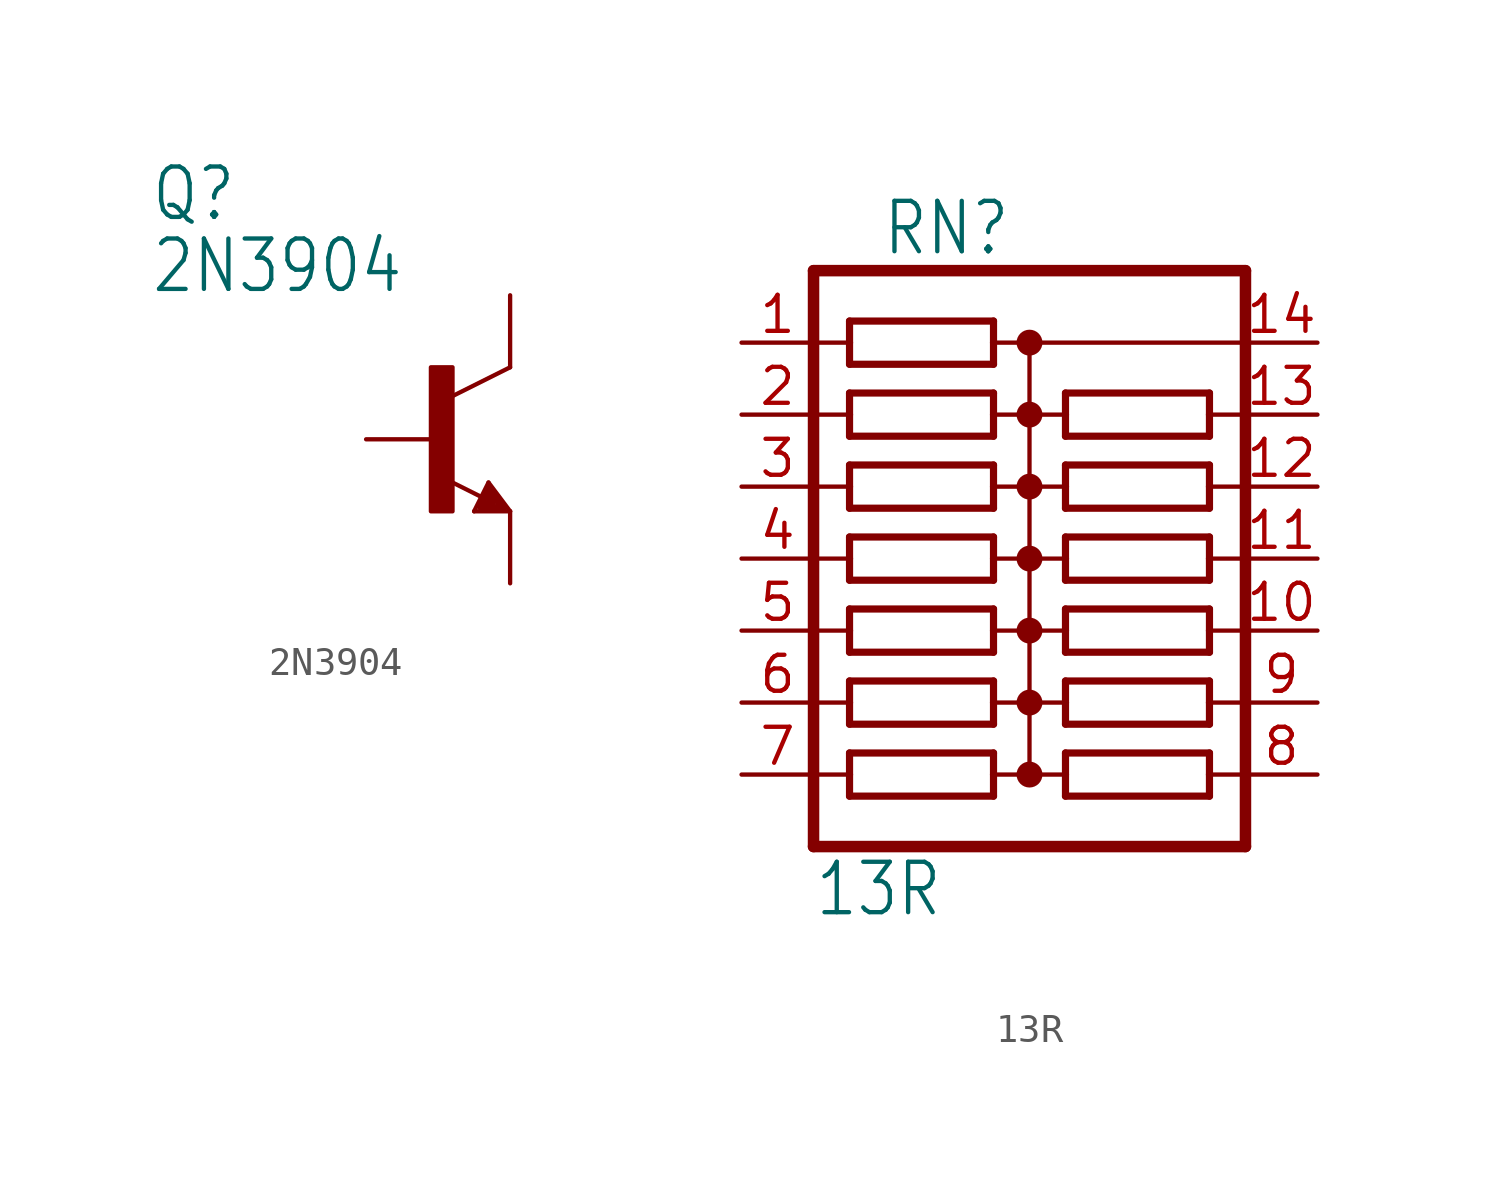
<source format=kicad_sym>
(kicad_symbol_lib
  (version 20211014)
  (generator kicad_symbol_editor)
  (symbol "2N3904"
    (property "Reference" "Q"
      (at -10.16 7.62 0)
      (effects (font (size 1.778 1.511)) (justify left bottom)))
    (property "Value" "2N3904"
      (at -10.16 5.08 0)
      (effects (font (size 1.778 1.511)) (justify left bottom)))
    (property "ki_locked" ""
      (at 0 0 0)
      (effects (font (size 1.27 1.27))))
    (symbol "2N3904_1_0"
      (rectangle (start -0.254 -2.54) (end 0.508 2.54) (stroke (width 0) (type default) (color 0 0 0 0)) (fill (type outline)))
      (polyline (pts (xy 1.27 -2.54) (xy 1.778 -1.524)) (stroke (width 0.152) (type default) (color 0 0 0 0)) (fill (type none)))
      (polyline (pts (xy 1.524 -2.413) (xy 2.286 -2.413)) (stroke (width 0.254) (type default) (color 0 0 0 0)) (fill (type none)))
      (polyline (pts (xy 1.524 -2.286) (xy 1.905 -2.286)) (stroke (width 0.254) (type default) (color 0 0 0 0)) (fill (type none)))
      (polyline (pts (xy 1.54 -2.04) (xy 0.308 -1.424)) (stroke (width 0.152) (type default) (color 0 0 0 0)) (fill (type none)))
      (polyline (pts (xy 1.778 -1.778) (xy 1.524 -2.286)) (stroke (width 0.254) (type default) (color 0 0 0 0)) (fill (type none)))
      (polyline (pts (xy 1.778 -1.524) (xy 2.54 -2.54)) (stroke (width 0.152) (type default) (color 0 0 0 0)) (fill (type none)))
      (polyline (pts (xy 1.905 -2.286) (xy 1.778 -2.032)) (stroke (width 0.254) (type default) (color 0 0 0 0)) (fill (type none)))
      (polyline (pts (xy 2.286 -2.413) (xy 1.778 -1.778)) (stroke (width 0.254) (type default) (color 0 0 0 0)) (fill (type none)))
      (polyline (pts (xy 2.54 -2.54) (xy 1.27 -2.54)) (stroke (width 0.152) (type default) (color 0 0 0 0)) (fill (type none)))
      (polyline (pts (xy 2.54 2.54) (xy 0.508 1.524)) (stroke (width 0.152) (type default) (color 0 0 0 0)) (fill (type none)))
      (pin passive line (at 2.54 5.08 270) (length 2.54) (name "C" (effects (font (size 0 0)))) (number "1" (effects (font (size 0 0)))))
      (pin passive line (at -2.54 0 0) (length 2.54) (name "B" (effects (font (size 0 0)))) (number "2" (effects (font (size 0 0)))))
      (pin passive line (at 2.54 -5.08 90) (length 2.54) (name "E" (effects (font (size 0 0)))) (number "3" (effects (font (size 0 0)))))))
  (symbol "13R"
    (property "Reference" "RN"
      (at -0.635 12.7 0)
      (effects (font (size 1.778 1.511)) (justify right top)))
    (property "Value" "13R"
      (at -7.62 -12.7 0)
      (effects (font (size 1.778 1.511)) (justify left bottom)))
    (property "ki_locked" ""
      (at 0 0 0)
      (effects (font (size 1.27 1.27))))
    (symbol "13R_1_0"
      (circle (center 0 -7.62) (radius 0.254) (stroke (width 0.406) (type default) (color 0 0 0 0)) (fill (type none)))
      (circle (center 0 -5.08) (radius 0.254) (stroke (width 0.406) (type default) (color 0 0 0 0)) (fill (type none)))
      (circle (center 0 -2.54) (radius 0.254) (stroke (width 0.406) (type default) (color 0 0 0 0)) (fill (type none)))
      (polyline (pts (xy -7.62 -7.62) (xy -6.35 -7.62)) (stroke (width 0.152) (type default) (color 0 0 0 0)) (fill (type none)))
      (polyline (pts (xy -7.62 -2.54) (xy -6.35 -2.54)) (stroke (width 0.152) (type default) (color 0 0 0 0)) (fill (type none)))
      (polyline (pts (xy -7.62 0) (xy -6.35 0)) (stroke (width 0.152) (type default) (color 0 0 0 0)) (fill (type none)))
      (polyline (pts (xy -7.62 2.54) (xy -6.35 2.54)) (stroke (width 0.152) (type default) (color 0 0 0 0)) (fill (type none)))
      (polyline (pts (xy -7.62 5.08) (xy -6.35 5.08)) (stroke (width 0.152) (type default) (color 0 0 0 0)) (fill (type none)))
      (polyline (pts (xy -7.62 10.16) (xy -7.62 -10.16)) (stroke (width 0.406) (type default) (color 0 0 0 0)) (fill (type none)))
      (polyline (pts (xy -6.35 -8.382) (xy -1.27 -8.382)) (stroke (width 0.254) (type default) (color 0 0 0 0)) (fill (type none)))
      (polyline (pts (xy -6.35 -7.62) (xy -6.35 -8.382)) (stroke (width 0.254) (type default) (color 0 0 0 0)) (fill (type none)))
      (polyline (pts (xy -6.35 -6.858) (xy -6.35 -7.62)) (stroke (width 0.254) (type default) (color 0 0 0 0)) (fill (type none)))
      (polyline (pts (xy -6.35 -5.842) (xy -1.27 -5.842)) (stroke (width 0.254) (type default) (color 0 0 0 0)) (fill (type none)))
      (polyline (pts (xy -6.35 -5.08) (xy -7.62 -5.08)) (stroke (width 0.152) (type default) (color 0 0 0 0)) (fill (type none)))
      (polyline (pts (xy -6.35 -5.08) (xy -6.35 -5.842)) (stroke (width 0.254) (type default) (color 0 0 0 0)) (fill (type none)))
      (polyline (pts (xy -6.35 -4.318) (xy -6.35 -5.08)) (stroke (width 0.254) (type default) (color 0 0 0 0)) (fill (type none)))
      (polyline (pts (xy -6.35 -3.302) (xy -1.27 -3.302)) (stroke (width 0.254) (type default) (color 0 0 0 0)) (fill (type none)))
      (polyline (pts (xy -6.35 -2.54) (xy -6.35 -3.302)) (stroke (width 0.254) (type default) (color 0 0 0 0)) (fill (type none)))
      (polyline (pts (xy -6.35 -1.778) (xy -6.35 -2.54)) (stroke (width 0.254) (type default) (color 0 0 0 0)) (fill (type none)))
      (polyline (pts (xy -6.35 -0.762) (xy -1.27 -0.762)) (stroke (width 0.254) (type default) (color 0 0 0 0)) (fill (type none)))
      (polyline (pts (xy -6.35 0) (xy -6.35 -0.762)) (stroke (width 0.254) (type default) (color 0 0 0 0)) (fill (type none)))
      (polyline (pts (xy -6.35 0.762) (xy -6.35 0)) (stroke (width 0.254) (type default) (color 0 0 0 0)) (fill (type none)))
      (polyline (pts (xy -6.35 1.778) (xy -1.27 1.778)) (stroke (width 0.254) (type default) (color 0 0 0 0)) (fill (type none)))
      (polyline (pts (xy -6.35 2.54) (xy -6.35 1.778)) (stroke (width 0.254) (type default) (color 0 0 0 0)) (fill (type none)))
      (polyline (pts (xy -6.35 3.302) (xy -6.35 2.54)) (stroke (width 0.254) (type default) (color 0 0 0 0)) (fill (type none)))
      (polyline (pts (xy -6.35 4.318) (xy -1.27 4.318)) (stroke (width 0.254) (type default) (color 0 0 0 0)) (fill (type none)))
      (polyline (pts (xy -6.35 5.08) (xy -6.35 4.318)) (stroke (width 0.254) (type default) (color 0 0 0 0)) (fill (type none)))
      (polyline (pts (xy -6.35 5.842) (xy -6.35 5.08)) (stroke (width 0.254) (type default) (color 0 0 0 0)) (fill (type none)))
      (polyline (pts (xy -6.35 6.858) (xy -1.27 6.858)) (stroke (width 0.254) (type default) (color 0 0 0 0)) (fill (type none)))
      (polyline (pts (xy -6.35 7.62) (xy -7.62 7.62)) (stroke (width 0.152) (type default) (color 0 0 0 0)) (fill (type none)))
      (polyline (pts (xy -6.35 7.62) (xy -6.35 6.858)) (stroke (width 0.254) (type default) (color 0 0 0 0)) (fill (type none)))
      (polyline (pts (xy -6.35 8.382) (xy -6.35 7.62)) (stroke (width 0.254) (type default) (color 0 0 0 0)) (fill (type none)))
      (polyline (pts (xy -1.27 -8.382) (xy -1.27 -7.62)) (stroke (width 0.254) (type default) (color 0 0 0 0)) (fill (type none)))
      (polyline (pts (xy -1.27 -7.62) (xy -1.27 -6.858)) (stroke (width 0.254) (type default) (color 0 0 0 0)) (fill (type none)))
      (polyline (pts (xy -1.27 -6.858) (xy -6.35 -6.858)) (stroke (width 0.254) (type default) (color 0 0 0 0)) (fill (type none)))
      (polyline (pts (xy -1.27 -5.842) (xy -1.27 -5.08)) (stroke (width 0.254) (type default) (color 0 0 0 0)) (fill (type none)))
      (polyline (pts (xy -1.27 -5.08) (xy -1.27 -4.318)) (stroke (width 0.254) (type default) (color 0 0 0 0)) (fill (type none)))
      (polyline (pts (xy -1.27 -4.318) (xy -6.35 -4.318)) (stroke (width 0.254) (type default) (color 0 0 0 0)) (fill (type none)))
      (polyline (pts (xy -1.27 -3.302) (xy -1.27 -2.54)) (stroke (width 0.254) (type default) (color 0 0 0 0)) (fill (type none)))
      (polyline (pts (xy -1.27 -2.54) (xy -1.27 -1.778)) (stroke (width 0.254) (type default) (color 0 0 0 0)) (fill (type none)))
      (polyline (pts (xy -1.27 -1.778) (xy -6.35 -1.778)) (stroke (width 0.254) (type default) (color 0 0 0 0)) (fill (type none)))
      (polyline (pts (xy -1.27 -0.762) (xy -1.27 0)) (stroke (width 0.254) (type default) (color 0 0 0 0)) (fill (type none)))
      (polyline (pts (xy -1.27 0) (xy -1.27 0.762)) (stroke (width 0.254) (type default) (color 0 0 0 0)) (fill (type none)))
      (polyline (pts (xy -1.27 0.762) (xy -6.35 0.762)) (stroke (width 0.254) (type default) (color 0 0 0 0)) (fill (type none)))
      (polyline (pts (xy -1.27 1.778) (xy -1.27 2.54)) (stroke (width 0.254) (type default) (color 0 0 0 0)) (fill (type none)))
      (polyline (pts (xy -1.27 2.54) (xy -1.27 3.302)) (stroke (width 0.254) (type default) (color 0 0 0 0)) (fill (type none)))
      (polyline (pts (xy -1.27 3.302) (xy -6.35 3.302)) (stroke (width 0.254) (type default) (color 0 0 0 0)) (fill (type none)))
      (polyline (pts (xy -1.27 4.318) (xy -1.27 5.08)) (stroke (width 0.254) (type default) (color 0 0 0 0)) (fill (type none)))
      (polyline (pts (xy -1.27 5.08) (xy -1.27 5.842)) (stroke (width 0.254) (type default) (color 0 0 0 0)) (fill (type none)))
      (polyline (pts (xy -1.27 5.842) (xy -6.35 5.842)) (stroke (width 0.254) (type default) (color 0 0 0 0)) (fill (type none)))
      (polyline (pts (xy -1.27 6.858) (xy -1.27 7.62)) (stroke (width 0.254) (type default) (color 0 0 0 0)) (fill (type none)))
      (polyline (pts (xy -1.27 7.62) (xy -1.27 8.382)) (stroke (width 0.254) (type default) (color 0 0 0 0)) (fill (type none)))
      (polyline (pts (xy -1.27 8.382) (xy -6.35 8.382)) (stroke (width 0.254) (type default) (color 0 0 0 0)) (fill (type none)))
      (polyline (pts (xy 0 -7.62) (xy -1.27 -7.62)) (stroke (width 0.152) (type default) (color 0 0 0 0)) (fill (type none)))
      (polyline (pts (xy 0 -7.62) (xy 1.27 -7.62)) (stroke (width 0.152) (type default) (color 0 0 0 0)) (fill (type none)))
      (polyline (pts (xy 0 -5.08) (xy -1.27 -5.08)) (stroke (width 0.152) (type default) (color 0 0 0 0)) (fill (type none)))
      (polyline (pts (xy 0 -5.08) (xy 0 -7.62)) (stroke (width 0.152) (type default) (color 0 0 0 0)) (fill (type none)))
      (polyline (pts (xy 0 -5.08) (xy 1.27 -5.08)) (stroke (width 0.152) (type default) (color 0 0 0 0)) (fill (type none)))
      (polyline (pts (xy 0 -2.54) (xy -1.27 -2.54)) (stroke (width 0.152) (type default) (color 0 0 0 0)) (fill (type none)))
      (polyline (pts (xy 0 -2.54) (xy 0 -5.08)) (stroke (width 0.152) (type default) (color 0 0 0 0)) (fill (type none)))
      (polyline (pts (xy 0 -2.54) (xy 1.27 -2.54)) (stroke (width 0.152) (type default) (color 0 0 0 0)) (fill (type none)))
      (polyline (pts (xy 0 0) (xy -1.27 0)) (stroke (width 0.152) (type default) (color 0 0 0 0)) (fill (type none)))
      (polyline (pts (xy 0 0) (xy 0 -2.54)) (stroke (width 0.152) (type default) (color 0 0 0 0)) (fill (type none)))
      (polyline (pts (xy 0 0) (xy 1.27 0)) (stroke (width 0.152) (type default) (color 0 0 0 0)) (fill (type none)))
      (polyline (pts (xy 0 2.54) (xy -1.27 2.54)) (stroke (width 0.152) (type default) (color 0 0 0 0)) (fill (type none)))
      (polyline (pts (xy 0 2.54) (xy 0 0)) (stroke (width 0.152) (type default) (color 0 0 0 0)) (fill (type none)))
      (polyline (pts (xy 0 2.54) (xy 1.27 2.54)) (stroke (width 0.152) (type default) (color 0 0 0 0)) (fill (type none)))
      (polyline (pts (xy 0 5.08) (xy -1.27 5.08)) (stroke (width 0.152) (type default) (color 0 0 0 0)) (fill (type none)))
      (polyline (pts (xy 0 5.08) (xy 0 2.54)) (stroke (width 0.152) (type default) (color 0 0 0 0)) (fill (type none)))
      (polyline (pts (xy 0 5.08) (xy 1.27 5.08)) (stroke (width 0.152) (type default) (color 0 0 0 0)) (fill (type none)))
      (polyline (pts (xy 0 7.62) (xy -1.27 7.62)) (stroke (width 0.152) (type default) (color 0 0 0 0)) (fill (type none)))
      (polyline (pts (xy 0 7.62) (xy 0 5.08)) (stroke (width 0.152) (type default) (color 0 0 0 0)) (fill (type none)))
      (polyline (pts (xy 0 7.62) (xy 7.62 7.62)) (stroke (width 0.152) (type default) (color 0 0 0 0)) (fill (type none)))
      (polyline (pts (xy 1.27 -8.382) (xy 6.35 -8.382)) (stroke (width 0.254) (type default) (color 0 0 0 0)) (fill (type none)))
      (polyline (pts (xy 1.27 -7.62) (xy 1.27 -8.382)) (stroke (width 0.254) (type default) (color 0 0 0 0)) (fill (type none)))
      (polyline (pts (xy 1.27 -6.858) (xy 1.27 -7.62)) (stroke (width 0.254) (type default) (color 0 0 0 0)) (fill (type none)))
      (polyline (pts (xy 1.27 -5.842) (xy 6.35 -5.842)) (stroke (width 0.254) (type default) (color 0 0 0 0)) (fill (type none)))
      (polyline (pts (xy 1.27 -5.08) (xy 1.27 -5.842)) (stroke (width 0.254) (type default) (color 0 0 0 0)) (fill (type none)))
      (polyline (pts (xy 1.27 -4.318) (xy 1.27 -5.08)) (stroke (width 0.254) (type default) (color 0 0 0 0)) (fill (type none)))
      (polyline (pts (xy 1.27 -3.302) (xy 6.35 -3.302)) (stroke (width 0.254) (type default) (color 0 0 0 0)) (fill (type none)))
      (polyline (pts (xy 1.27 -2.54) (xy 1.27 -3.302)) (stroke (width 0.254) (type default) (color 0 0 0 0)) (fill (type none)))
      (polyline (pts (xy 1.27 -1.778) (xy 1.27 -2.54)) (stroke (width 0.254) (type default) (color 0 0 0 0)) (fill (type none)))
      (polyline (pts (xy 1.27 -0.762) (xy 6.35 -0.762)) (stroke (width 0.254) (type default) (color 0 0 0 0)) (fill (type none)))
      (polyline (pts (xy 1.27 0) (xy 1.27 -0.762)) (stroke (width 0.254) (type default) (color 0 0 0 0)) (fill (type none)))
      (polyline (pts (xy 1.27 0.762) (xy 1.27 0)) (stroke (width 0.254) (type default) (color 0 0 0 0)) (fill (type none)))
      (polyline (pts (xy 1.27 1.778) (xy 6.35 1.778)) (stroke (width 0.254) (type default) (color 0 0 0 0)) (fill (type none)))
      (polyline (pts (xy 1.27 2.54) (xy 1.27 1.778)) (stroke (width 0.254) (type default) (color 0 0 0 0)) (fill (type none)))
      (polyline (pts (xy 1.27 3.302) (xy 1.27 2.54)) (stroke (width 0.254) (type default) (color 0 0 0 0)) (fill (type none)))
      (polyline (pts (xy 1.27 4.318) (xy 6.35 4.318)) (stroke (width 0.254) (type default) (color 0 0 0 0)) (fill (type none)))
      (polyline (pts (xy 1.27 5.08) (xy 1.27 4.318)) (stroke (width 0.254) (type default) (color 0 0 0 0)) (fill (type none)))
      (polyline (pts (xy 1.27 5.842) (xy 1.27 5.08)) (stroke (width 0.254) (type default) (color 0 0 0 0)) (fill (type none)))
      (polyline (pts (xy 6.35 -8.382) (xy 6.35 -7.62)) (stroke (width 0.254) (type default) (color 0 0 0 0)) (fill (type none)))
      (polyline (pts (xy 6.35 -7.62) (xy 6.35 -6.858)) (stroke (width 0.254) (type default) (color 0 0 0 0)) (fill (type none)))
      (polyline (pts (xy 6.35 -6.858) (xy 1.27 -6.858)) (stroke (width 0.254) (type default) (color 0 0 0 0)) (fill (type none)))
      (polyline (pts (xy 6.35 -5.842) (xy 6.35 -5.08)) (stroke (width 0.254) (type default) (color 0 0 0 0)) (fill (type none)))
      (polyline (pts (xy 6.35 -5.08) (xy 6.35 -4.318)) (stroke (width 0.254) (type default) (color 0 0 0 0)) (fill (type none)))
      (polyline (pts (xy 6.35 -4.318) (xy 1.27 -4.318)) (stroke (width 0.254) (type default) (color 0 0 0 0)) (fill (type none)))
      (polyline (pts (xy 6.35 -3.302) (xy 6.35 -2.54)) (stroke (width 0.254) (type default) (color 0 0 0 0)) (fill (type none)))
      (polyline (pts (xy 6.35 -2.54) (xy 6.35 -1.778)) (stroke (width 0.254) (type default) (color 0 0 0 0)) (fill (type none)))
      (polyline (pts (xy 6.35 -1.778) (xy 1.27 -1.778)) (stroke (width 0.254) (type default) (color 0 0 0 0)) (fill (type none)))
      (polyline (pts (xy 6.35 -0.762) (xy 6.35 0)) (stroke (width 0.254) (type default) (color 0 0 0 0)) (fill (type none)))
      (polyline (pts (xy 6.35 0) (xy 6.35 0.762)) (stroke (width 0.254) (type default) (color 0 0 0 0)) (fill (type none)))
      (polyline (pts (xy 6.35 0.762) (xy 1.27 0.762)) (stroke (width 0.254) (type default) (color 0 0 0 0)) (fill (type none)))
      (polyline (pts (xy 6.35 1.778) (xy 6.35 2.54)) (stroke (width 0.254) (type default) (color 0 0 0 0)) (fill (type none)))
      (polyline (pts (xy 6.35 2.54) (xy 6.35 3.302)) (stroke (width 0.254) (type default) (color 0 0 0 0)) (fill (type none)))
      (polyline (pts (xy 6.35 2.54) (xy 7.62 2.54)) (stroke (width 0.152) (type default) (color 0 0 0 0)) (fill (type none)))
      (polyline (pts (xy 6.35 3.302) (xy 1.27 3.302)) (stroke (width 0.254) (type default) (color 0 0 0 0)) (fill (type none)))
      (polyline (pts (xy 6.35 4.318) (xy 6.35 5.08)) (stroke (width 0.254) (type default) (color 0 0 0 0)) (fill (type none)))
      (polyline (pts (xy 6.35 5.08) (xy 6.35 5.842)) (stroke (width 0.254) (type default) (color 0 0 0 0)) (fill (type none)))
      (polyline (pts (xy 6.35 5.842) (xy 1.27 5.842)) (stroke (width 0.254) (type default) (color 0 0 0 0)) (fill (type none)))
      (polyline (pts (xy 7.62 -10.16) (xy -7.62 -10.16)) (stroke (width 0.406) (type default) (color 0 0 0 0)) (fill (type none)))
      (polyline (pts (xy 7.62 -7.62) (xy 6.35 -7.62)) (stroke (width 0.152) (type default) (color 0 0 0 0)) (fill (type none)))
      (polyline (pts (xy 7.62 -7.62) (xy 7.62 -10.16)) (stroke (width 0.406) (type default) (color 0 0 0 0)) (fill (type none)))
      (polyline (pts (xy 7.62 -5.08) (xy 6.35 -5.08)) (stroke (width 0.152) (type default) (color 0 0 0 0)) (fill (type none)))
      (polyline (pts (xy 7.62 -5.08) (xy 7.62 -7.62)) (stroke (width 0.406) (type default) (color 0 0 0 0)) (fill (type none)))
      (polyline (pts (xy 7.62 -2.54) (xy 6.35 -2.54)) (stroke (width 0.152) (type default) (color 0 0 0 0)) (fill (type none)))
      (polyline (pts (xy 7.62 -2.54) (xy 7.62 -5.08)) (stroke (width 0.406) (type default) (color 0 0 0 0)) (fill (type none)))
      (polyline (pts (xy 7.62 0) (xy 6.35 0)) (stroke (width 0.152) (type default) (color 0 0 0 0)) (fill (type none)))
      (polyline (pts (xy 7.62 0) (xy 7.62 -2.54)) (stroke (width 0.406) (type default) (color 0 0 0 0)) (fill (type none)))
      (polyline (pts (xy 7.62 2.54) (xy 7.62 0)) (stroke (width 0.406) (type default) (color 0 0 0 0)) (fill (type none)))
      (polyline (pts (xy 7.62 5.08) (xy 6.35 5.08)) (stroke (width 0.152) (type default) (color 0 0 0 0)) (fill (type none)))
      (polyline (pts (xy 7.62 5.08) (xy 7.62 2.54)) (stroke (width 0.406) (type default) (color 0 0 0 0)) (fill (type none)))
      (polyline (pts (xy 7.62 7.62) (xy 7.62 5.08)) (stroke (width 0.406) (type default) (color 0 0 0 0)) (fill (type none)))
      (polyline (pts (xy 7.62 10.16) (xy -7.62 10.16)) (stroke (width 0.406) (type default) (color 0 0 0 0)) (fill (type none)))
      (polyline (pts (xy 7.62 10.16) (xy 7.62 7.62)) (stroke (width 0.406) (type default) (color 0 0 0 0)) (fill (type none)))
      (circle (center 0 0) (radius 0.254) (stroke (width 0.406) (type default) (color 0 0 0 0)) (fill (type none)))
      (circle (center 0 2.54) (radius 0.254) (stroke (width 0.406) (type default) (color 0 0 0 0)) (fill (type none)))
      (circle (center 0 5.08) (radius 0.254) (stroke (width 0.406) (type default) (color 0 0 0 0)) (fill (type none)))
      (circle (center 0 7.62) (radius 0.254) (stroke (width 0.406) (type default) (color 0 0 0 0)) (fill (type none)))
      (pin passive line (at -10.16 7.62 0) (length 2.54) (name "1" (effects (font (size 0 0)))) (number "1" (effects (font (size 1.27 1.27)))))
      (pin passive line (at 10.16 -2.54 180) (length 2.54) (name "10" (effects (font (size 0 0)))) (number "10" (effects (font (size 1.27 1.27)))))
      (pin passive line (at 10.16 0 180) (length 2.54) (name "11" (effects (font (size 0 0)))) (number "11" (effects (font (size 1.27 1.27)))))
      (pin passive line (at 10.16 2.54 180) (length 2.54) (name "12" (effects (font (size 0 0)))) (number "12" (effects (font (size 1.27 1.27)))))
      (pin passive line (at 10.16 5.08 180) (length 2.54) (name "13" (effects (font (size 0 0)))) (number "13" (effects (font (size 1.27 1.27)))))
      (pin passive line (at 10.16 7.62 180) (length 2.54) (name "14" (effects (font (size 0 0)))) (number "14" (effects (font (size 1.27 1.27)))))
      (pin passive line (at -10.16 5.08 0) (length 2.54) (name "2" (effects (font (size 0 0)))) (number "2" (effects (font (size 1.27 1.27)))))
      (pin passive line (at -10.16 2.54 0) (length 2.54) (name "3" (effects (font (size 0 0)))) (number "3" (effects (font (size 1.27 1.27)))))
      (pin passive line (at -10.16 0 0) (length 2.54) (name "4" (effects (font (size 0 0)))) (number "4" (effects (font (size 1.27 1.27)))))
      (pin passive line (at -10.16 -2.54 0) (length 2.54) (name "5" (effects (font (size 0 0)))) (number "5" (effects (font (size 1.27 1.27)))))
      (pin passive line (at -10.16 -5.08 0) (length 2.54) (name "6" (effects (font (size 0 0)))) (number "6" (effects (font (size 1.27 1.27)))))
      (pin passive line (at -10.16 -7.62 0) (length 2.54) (name "7" (effects (font (size 0 0)))) (number "7" (effects (font (size 1.27 1.27)))))
      (pin passive line (at 10.16 -7.62 180) (length 2.54) (name "8" (effects (font (size 0 0)))) (number "8" (effects (font (size 1.27 1.27)))))
      (pin passive line (at 10.16 -5.08 180) (length 2.54) (name "9" (effects (font (size 0 0)))) (number "9" (effects (font (size 1.27 1.27))))))))
</source>
